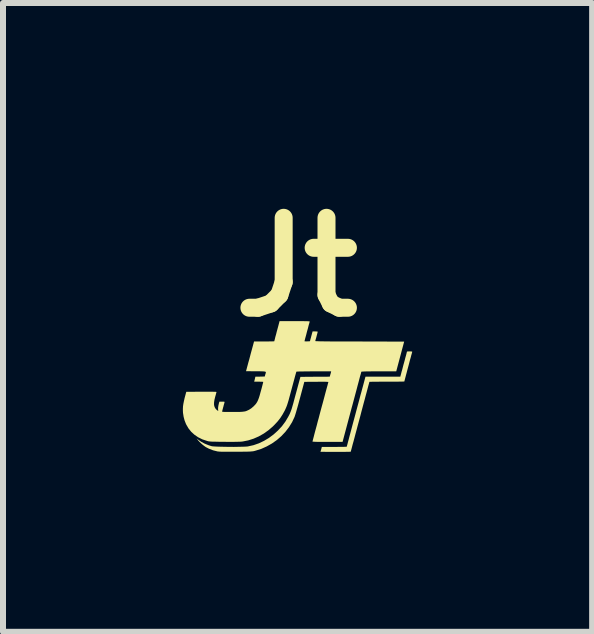
<source format=kicad_pcb>
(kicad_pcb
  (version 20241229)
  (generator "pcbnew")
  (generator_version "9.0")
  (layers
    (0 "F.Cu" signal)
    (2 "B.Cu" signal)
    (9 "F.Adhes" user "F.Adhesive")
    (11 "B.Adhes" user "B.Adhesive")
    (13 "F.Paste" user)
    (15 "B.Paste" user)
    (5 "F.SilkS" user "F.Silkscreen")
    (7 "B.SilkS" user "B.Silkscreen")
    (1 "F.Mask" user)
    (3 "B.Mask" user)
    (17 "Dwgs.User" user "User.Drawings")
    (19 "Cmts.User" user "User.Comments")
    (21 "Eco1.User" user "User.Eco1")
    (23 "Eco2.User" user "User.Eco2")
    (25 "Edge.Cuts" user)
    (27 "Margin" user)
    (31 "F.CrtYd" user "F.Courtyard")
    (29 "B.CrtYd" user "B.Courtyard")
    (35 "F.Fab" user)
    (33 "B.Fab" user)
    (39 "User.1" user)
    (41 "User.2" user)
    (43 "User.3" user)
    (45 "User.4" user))
  (footprint "Jt"
    (layer "F.Cu")
    (at 1.895 3.404)
    (property "Reference" "Jt" (at 0 -2 0) (layer "F.SilkS") (effects (font (size 1.5 1.5) (thickness 0.3))))
    (attr board_only exclude_from_pos_files exclude_from_bom)
    (fp_poly (pts (xy 1.909 -0.593) (xy 1.922 -0.592) (xy 1.928 -0.59) (xy 1.929 -0.586) (xy 1.929 -0.584) (xy 1.926 -0.573) (xy 1.921 -0.554) (xy 1.913 -0.527) (xy 1.905 -0.494) (xy 1.894 -0.457) (xy 1.883 -0.415) (xy 1.872 -0.372) (xy 1.86 -0.327) (xy 1.848 -0.283) (xy 1.837 -0.24) (xy 1.826 -0.2) (xy 1.817 -0.165) (xy 1.809 -0.135) (xy 1.803 -0.112) (xy 1.799 -0.097) (xy 1.798 -0.092) (xy 1.792 -0.091) (xy 1.777 -0.091) (xy 1.752 -0.09) (xy 1.72 -0.09) (xy 1.68 -0.089) (xy 1.635 -0.089) (xy 1.584 -0.089) (xy 1.53 -0.089) (xy 1.506 -0.089) (xy 1.451 -0.089) (xy 1.398 -0.089) (xy 1.351 -0.088) (xy 1.309 -0.088) (xy 1.273 -0.088) (xy 1.245 -0.087) (xy 1.226 -0.087) (xy 1.216 -0.087) (xy 1.215 -0.086) (xy 1.214 -0.081) (xy 1.21 -0.065) (xy 1.203 -0.04) (xy 1.194 -0.007) (xy 1.183 0.035) (xy 1.17 0.084) (xy 1.155 0.139) (xy 1.139 0.2) (xy 1.121 0.266) (xy 1.102 0.337) (xy 1.082 0.412) (xy 1.062 0.49) (xy 1.06 0.497) (xy 1.039 0.575) (xy 1.019 0.649) (xy 1 0.721) (xy 0.982 0.787) (xy 0.966 0.849) (xy 0.951 0.905) (xy 0.937 0.954) (xy 0.926 0.997) (xy 0.917 1.031) (xy 0.91 1.057) (xy 0.906 1.073) (xy 0.904 1.079) (xy 0.904 1.08) (xy 0.899 1.08) (xy 0.884 1.08) (xy 0.859 1.081) (xy 0.827 1.081) (xy 0.789 1.082) (xy 0.744 1.082) (xy 0.695 1.082) (xy 0.652 1.082) (xy 0.6 1.082) (xy 0.552 1.082) (xy 0.509 1.082) (xy 0.471 1.081) (xy 0.44 1.081) (xy 0.417 1.081) (xy 0.403 1.08) (xy 0.399 1.08) (xy 0.401 1.074) (xy 0.405 1.062) (xy 0.405 1.062) (xy 0.41 1.046) (xy 0.415 1.027) (xy 0.416 1.022) (xy 0.422 0.999) (xy 0.63 0.999) (xy 0.677 0.999) (xy 0.72 0.998) (xy 0.758 0.998) (xy 0.79 0.998) (xy 0.815 0.997) (xy 0.831 0.996) (xy 0.838 0.996) (xy 0.838 0.996) (xy 0.839 0.99) (xy 0.843 0.975) (xy 0.85 0.95) (xy 0.858 0.918) (xy 0.869 0.878) (xy 0.881 0.831) (xy 0.895 0.779) (xy 0.91 0.723) (xy 0.926 0.662) (xy 0.943 0.598) (xy 0.961 0.532) (xy 0.979 0.465) (xy 0.997 0.397) (xy 1.015 0.33) (xy 1.033 0.264) (xy 1.05 0.2) (xy 1.066 0.138) (xy 1.082 0.081) (xy 1.096 0.028) (xy 1.109 -0.019) (xy 1.12 -0.06) (xy 1.129 -0.094) (xy 1.136 -0.12) (xy 1.14 -0.137) (xy 1.141 -0.14) (xy 1.15 -0.172) (xy 1.44 -0.172) (xy 1.731 -0.172) (xy 1.736 -0.193) (xy 1.739 -0.203) (xy 1.744 -0.222) (xy 1.751 -0.25) (xy 1.761 -0.284) (xy 1.771 -0.323) (xy 1.782 -0.366) (xy 1.792 -0.401) (xy 1.804 -0.445) (xy 1.814 -0.485) (xy 1.824 -0.52) (xy 1.832 -0.55) (xy 1.837 -0.572) (xy 1.841 -0.586) (xy 1.842 -0.591) (xy 1.847 -0.592) (xy 1.861 -0.593) (xy 1.88 -0.594) (xy 1.887 -0.594)) (stroke (width 0) (type solid)) (fill yes) (layer "F.SilkS"))
    (fp_poly (pts (xy 0.032 -1.099) (xy 0.083 -1.098) (xy 0.125 -1.098) (xy 0.158 -1.097) (xy 0.183 -1.097) (xy 0.201 -1.096) (xy 0.213 -1.095) (xy 0.219 -1.093) (xy 0.22 -1.092) (xy 0.22 -1.092) (xy 0.218 -1.084) (xy 0.214 -1.068) (xy 0.207 -1.045) (xy 0.199 -1.015) (xy 0.191 -0.982) (xy 0.181 -0.947) (xy 0.171 -0.91) (xy 0.162 -0.874) (xy 0.153 -0.841) (xy 0.145 -0.812) (xy 0.139 -0.788) (xy 0.135 -0.771) (xy 0.133 -0.764) (xy 0.133 -0.763) (xy 0.138 -0.762) (xy 0.152 -0.761) (xy 0.171 -0.761) (xy 0.178 -0.761) (xy 0.224 -0.763) (xy 0.233 -0.799) (xy 0.24 -0.823) (xy 0.247 -0.851) (xy 0.255 -0.879) (xy 0.255 -0.881) (xy 0.268 -0.927) (xy 0.312 -0.927) (xy 0.334 -0.926) (xy 0.347 -0.925) (xy 0.352 -0.923) (xy 0.353 -0.919) (xy 0.353 -0.917) (xy 0.35 -0.908) (xy 0.346 -0.891) (xy 0.34 -0.868) (xy 0.333 -0.841) (xy 0.333 -0.841) (xy 0.326 -0.815) (xy 0.319 -0.792) (xy 0.315 -0.776) (xy 0.312 -0.767) (xy 0.312 -0.767) (xy 0.314 -0.766) (xy 0.319 -0.765) (xy 0.328 -0.764) (xy 0.343 -0.764) (xy 0.362 -0.763) (xy 0.388 -0.762) (xy 0.42 -0.762) (xy 0.458 -0.761) (xy 0.504 -0.761) (xy 0.558 -0.76) (xy 0.62 -0.76) (xy 0.69 -0.76) (xy 0.77 -0.759) (xy 0.859 -0.759) (xy 0.959 -0.759) (xy 1.052 -0.759) (xy 1.795 -0.757) (xy 1.729 -0.509) (xy 1.663 -0.261) (xy 1.373 -0.261) (xy 1.306 -0.261) (xy 1.249 -0.261) (xy 1.202 -0.26) (xy 1.164 -0.26) (xy 1.134 -0.259) (xy 1.112 -0.258) (xy 1.096 -0.257) (xy 1.086 -0.256) (xy 1.081 -0.255) (xy 1.081 -0.254) (xy 1.079 -0.248) (xy 1.075 -0.231) (xy 1.068 -0.206) (xy 1.058 -0.172) (xy 1.047 -0.13) (xy 1.034 -0.08) (xy 1.019 -0.025) (xy 1.003 0.037) (xy 0.985 0.104) (xy 0.966 0.175) (xy 0.946 0.25) (xy 0.925 0.328) (xy 0.923 0.334) (xy 0.768 0.915) (xy 0.517 0.915) (xy 0.454 0.915) (xy 0.401 0.915) (xy 0.358 0.915) (xy 0.324 0.914) (xy 0.298 0.913) (xy 0.281 0.912) (xy 0.27 0.911) (xy 0.266 0.909) (xy 0.266 0.909) (xy 0.268 0.903) (xy 0.272 0.887) (xy 0.278 0.863) (xy 0.287 0.83) (xy 0.297 0.79) (xy 0.309 0.744) (xy 0.323 0.693) (xy 0.338 0.638) (xy 0.353 0.579) (xy 0.37 0.518) (xy 0.386 0.456) (xy 0.403 0.392) (xy 0.42 0.329) (xy 0.437 0.268) (xy 0.453 0.208) (xy 0.468 0.152) (xy 0.482 0.099) (xy 0.495 0.051) (xy 0.506 0.01) (xy 0.516 -0.025) (xy 0.523 -0.053) (xy 0.528 -0.072) (xy 0.531 -0.081) (xy 0.531 -0.082) (xy 0.53 -0.084) (xy 0.524 -0.085) (xy 0.512 -0.086) (xy 0.493 -0.087) (xy 0.467 -0.088) (xy 0.433 -0.088) (xy 0.389 -0.088) (xy 0.336 -0.087) (xy 0.332 -0.087) (xy 0.13 -0.086) (xy 0.058 0.183) (xy 0.043 0.238) (xy 0.029 0.29) (xy 0.015 0.34) (xy 0.002 0.385) (xy -0.009 0.424) (xy -0.019 0.456) (xy -0.027 0.481) (xy -0.032 0.496) (xy -0.032 0.497) (xy -0.074 0.586) (xy -0.126 0.67) (xy -0.186 0.748) (xy -0.254 0.82) (xy -0.329 0.885) (xy -0.41 0.942) (xy -0.497 0.991) (xy -0.588 1.032) (xy -0.684 1.062) (xy -0.71 1.069) (xy -0.721 1.071) (xy -0.734 1.073) (xy -0.749 1.074) (xy -0.768 1.076) (xy -0.792 1.077) (xy -0.822 1.078) (xy -0.858 1.078) (xy -0.902 1.079) (xy -0.956 1.079) (xy -1.015 1.08) (xy -1.082 1.08) (xy -1.138 1.08) (xy -1.186 1.08) (xy -1.224 1.08) (xy -1.256 1.079) (xy -1.28 1.078) (xy -1.3 1.076) (xy -1.314 1.075) (xy -1.319 1.074) (xy -1.391 1.056) (xy -1.461 1.029) (xy -1.513 1.002) (xy -1.536 0.986) (xy -1.563 0.965) (xy -1.592 0.94) (xy -1.619 0.914) (xy -1.641 0.89) (xy -1.649 0.88) (xy -1.667 0.857) (xy -1.642 0.877) (xy -1.59 0.913) (xy -1.531 0.945) (xy -1.466 0.971) (xy -1.419 0.986) (xy -1.403 0.989) (xy -1.378 0.991) (xy -1.344 0.993) (xy -1.303 0.995) (xy -1.257 0.996) (xy -1.207 0.997) (xy -1.154 0.998) (xy -1.1 0.998) (xy -1.047 0.999) (xy -0.995 0.998) (xy -0.946 0.997) (xy -0.902 0.996) (xy -0.863 0.995) (xy -0.832 0.993) (xy -0.81 0.991) (xy -0.807 0.99) (xy -0.717 0.97) (xy -0.628 0.939) (xy -0.542 0.898) (xy -0.46 0.849) (xy -0.382 0.791) (xy -0.31 0.726) (xy -0.244 0.655) (xy -0.186 0.577) (xy -0.137 0.494) (xy -0.128 0.477) (xy -0.119 0.46) (xy -0.111 0.443) (xy -0.104 0.426) (xy -0.097 0.409) (xy -0.09 0.39) (xy -0.082 0.368) (xy -0.074 0.341) (xy -0.065 0.31) (xy -0.054 0.272) (xy -0.042 0.227) (xy -0.028 0.174) (xy -0.011 0.111) (xy -0.006 0.093) (xy 0.065 -0.169) (xy 0.309 -0.171) (xy 0.554 -0.172) (xy 0.562 -0.201) (xy 0.568 -0.221) (xy 0.573 -0.239) (xy 0.574 -0.246) (xy 0.578 -0.261) (xy 0.289 -0.261) (xy 0.233 -0.261) (xy 0.181 -0.26) (xy 0.133 -0.26) (xy 0.091 -0.259) (xy 0.055 -0.259) (xy 0.027 -0.258) (xy 0.008 -0.257) (xy -0.002 -0.256) (xy -0.002 -0.256) (xy -0.004 -0.25) (xy -0.009 -0.234) (xy -0.016 -0.209) (xy -0.025 -0.177) (xy -0.035 -0.139) (xy -0.047 -0.095) (xy -0.06 -0.047) (xy -0.074 0.005) (xy -0.075 0.009) (xy -0.093 0.075) (xy -0.108 0.131) (xy -0.121 0.179) (xy -0.132 0.22) (xy -0.142 0.253) (xy -0.151 0.282) (xy -0.159 0.306) (xy -0.167 0.327) (xy -0.175 0.346) (xy -0.183 0.364) (xy -0.191 0.382) (xy -0.198 0.396) (xy -0.233 0.459) (xy -0.271 0.518) (xy -0.315 0.574) (xy -0.367 0.63) (xy -0.395 0.658) (xy -0.468 0.721) (xy -0.547 0.777) (xy -0.63 0.824) (xy -0.717 0.862) (xy -0.805 0.89) (xy -0.895 0.908) (xy -0.91 0.91) (xy -0.933 0.912) (xy -0.968 0.913) (xy -1.013 0.914) (xy -1.07 0.915) (xy -1.137 0.915) (xy -1.204 0.914) (xy -1.262 0.914) (xy -1.311 0.913) (xy -1.351 0.912) (xy -1.383 0.912) (xy -1.408 0.911) (xy -1.429 0.91) (xy -1.445 0.908) (xy -1.459 0.907) (xy -1.471 0.905) (xy -1.482 0.902) (xy -1.492 0.899) (xy -1.57 0.873) (xy -1.639 0.839) (xy -1.701 0.797) (xy -1.755 0.748) (xy -1.801 0.691) (xy -1.839 0.626) (xy -1.845 0.613) (xy -1.867 0.557) (xy -1.883 0.496) (xy -1.893 0.432) (xy -1.895 0.396) (xy -1.895 0.36) (xy -1.893 0.322) (xy -1.887 0.281) (xy -1.878 0.236) (xy -1.866 0.183) (xy -1.85 0.123) (xy -1.843 0.097) (xy -1.838 0.08) (xy -1.585 0.079) (xy -1.524 0.079) (xy -1.472 0.079) (xy -1.43 0.079) (xy -1.397 0.079) (xy -1.372 0.08) (xy -1.354 0.08) (xy -1.342 0.081) (xy -1.336 0.083) (xy -1.334 0.084) (xy -1.334 0.085) (xy -1.337 0.092) (xy -1.341 0.108) (xy -1.347 0.131) (xy -1.355 0.158) (xy -1.357 0.166) (xy -1.369 0.215) (xy -1.375 0.255) (xy -1.376 0.289) (xy -1.372 0.317) (xy -1.362 0.342) (xy -1.357 0.352) (xy -1.344 0.369) (xy -1.33 0.383) (xy -1.323 0.389) (xy -1.305 0.4) (xy -1.308 0.373) (xy -1.308 0.347) (xy -1.304 0.316) (xy -1.296 0.278) (xy -1.292 0.265) (xy -1.287 0.244) (xy -1.242 0.244) (xy -1.22 0.244) (xy -1.207 0.245) (xy -1.201 0.248) (xy -1.2 0.252) (xy -1.2 0.254) (xy -1.203 0.263) (xy -1.207 0.28) (xy -1.214 0.303) (xy -1.22 0.329) (xy -1.221 0.33) (xy -1.228 0.357) (xy -1.234 0.38) (xy -1.238 0.397) (xy -1.241 0.406) (xy -1.241 0.406) (xy -1.241 0.409) (xy -1.239 0.411) (xy -1.234 0.413) (xy -1.225 0.414) (xy -1.21 0.415) (xy -1.188 0.416) (xy -1.159 0.416) (xy -1.121 0.416) (xy -1.074 0.416) (xy -1.07 0.416) (xy -1.015 0.416) (xy -0.971 0.416) (xy -0.935 0.415) (xy -0.905 0.413) (xy -0.881 0.41) (xy -0.86 0.407) (xy -0.842 0.402) (xy -0.825 0.395) (xy -0.808 0.387) (xy -0.791 0.379) (xy -0.754 0.355) (xy -0.715 0.322) (xy -0.71 0.316) (xy -0.691 0.297) (xy -0.675 0.278) (xy -0.662 0.258) (xy -0.649 0.235) (xy -0.638 0.209) (xy -0.626 0.177) (xy -0.614 0.138) (xy -0.601 0.09) (xy -0.591 0.055) (xy -0.581 0.018) (xy -0.572 -0.016) (xy -0.565 -0.044) (xy -0.559 -0.066) (xy -0.556 -0.081) (xy -0.555 -0.085) (xy -0.56 -0.086) (xy -0.574 -0.088) (xy -0.596 -0.088) (xy -0.622 -0.089) (xy -0.63 -0.089) (xy -0.706 -0.089) (xy -0.703 -0.101) (xy -0.7 -0.114) (xy -0.695 -0.132) (xy -0.693 -0.143) (xy -0.686 -0.172) (xy -0.608 -0.173) (xy -0.53 -0.175) (xy -0.521 -0.208) (xy -0.516 -0.223) (xy -0.513 -0.235) (xy -0.511 -0.244) (xy -0.513 -0.251) (xy -0.519 -0.255) (xy -0.531 -0.258) (xy -0.548 -0.26) (xy -0.573 -0.261) (xy -0.606 -0.262) (xy -0.649 -0.262) (xy -0.676 -0.262) (xy -0.842 -0.264) (xy -0.813 -0.372) (xy -0.803 -0.41) (xy -0.79 -0.455) (xy -0.777 -0.504) (xy -0.764 -0.554) (xy -0.751 -0.602) (xy -0.746 -0.62) (xy -0.708 -0.76) (xy -0.54 -0.76) (xy -0.498 -0.76) (xy -0.46 -0.76) (xy -0.427 -0.761) (xy -0.401 -0.761) (xy -0.382 -0.762) (xy -0.373 -0.762) (xy -0.372 -0.762) (xy -0.37 -0.768) (xy -0.366 -0.783) (xy -0.36 -0.806) (xy -0.353 -0.836) (xy -0.343 -0.87) (xy -0.333 -0.909) (xy -0.333 -0.911) (xy -0.322 -0.951) (xy -0.312 -0.988) (xy -0.303 -1.021) (xy -0.296 -1.048) (xy -0.291 -1.067) (xy -0.288 -1.078) (xy -0.283 -1.099) (xy -0.03 -1.099)) (stroke (width 0) (type solid)) (fill yes) (layer "F.SilkS")))
  (gr_rect
    (start -3 -3)
    (end 6.825 7.486)
    (stroke (width 0.1) (type default))
    (fill no)
    (layer "Edge.Cuts")))
</source>
